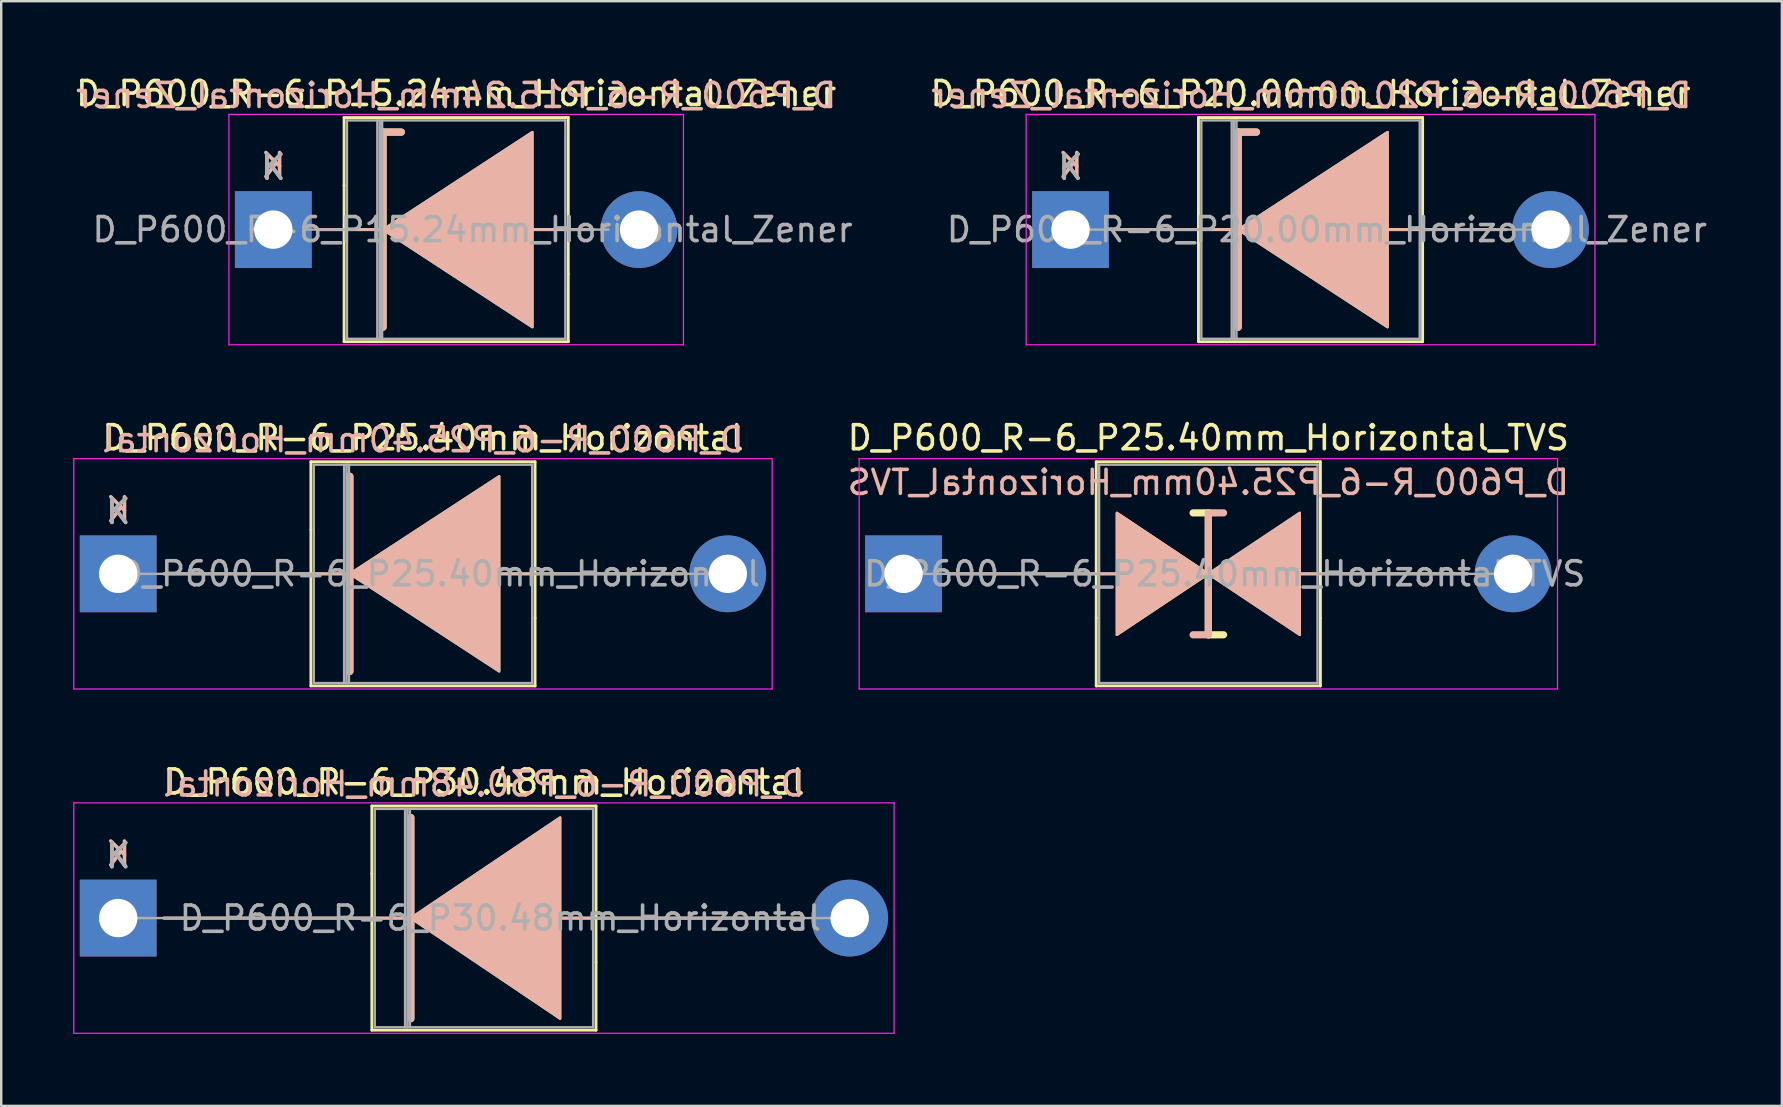
<source format=kicad_pcb>
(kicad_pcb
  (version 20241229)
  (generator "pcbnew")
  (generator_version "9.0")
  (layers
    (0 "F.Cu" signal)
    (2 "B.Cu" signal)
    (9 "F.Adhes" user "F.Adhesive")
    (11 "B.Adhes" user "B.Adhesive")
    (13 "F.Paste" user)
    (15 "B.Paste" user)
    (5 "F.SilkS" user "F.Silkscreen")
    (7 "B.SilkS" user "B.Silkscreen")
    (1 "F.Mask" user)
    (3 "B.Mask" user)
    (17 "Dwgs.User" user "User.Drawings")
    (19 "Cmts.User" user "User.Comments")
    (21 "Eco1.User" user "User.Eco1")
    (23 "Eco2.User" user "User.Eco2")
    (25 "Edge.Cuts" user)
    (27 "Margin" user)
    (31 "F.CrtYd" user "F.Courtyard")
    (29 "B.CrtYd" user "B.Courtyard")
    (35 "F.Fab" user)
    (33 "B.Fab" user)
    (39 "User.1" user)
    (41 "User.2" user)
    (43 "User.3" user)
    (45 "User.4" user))
  (footprint "D_P600_R-6_P25.40mm_Horizontal_TVS"
    (layer "F.Cu")
    (at 34.599 20.861)
    (property "Reference" "D_P600_R-6_P25.40mm_Horizontal_TVS" (at 12.7 -5.67 0) (layer "F.SilkS") (effects (font (size 1 1) (thickness 0.15))))
    (fp_line (start 1.905 0) (end 8.89 0) (stroke (width 0.12) (type solid)) (layer "F.SilkS"))
    (fp_line (start 8.03 -4.67) (end 17.37 -4.67) (stroke (width 0.12) (type solid)) (layer "F.SilkS"))
    (fp_line (start 8.03 1.84) (end 8.03 -4.67) (stroke (width 0.12) (type solid)) (layer "F.SilkS"))
    (fp_line (start 8.03 1.84) (end 8.03 4.67) (stroke (width 0.12) (type solid)) (layer "F.SilkS"))
    (fp_line (start 8.03 4.67) (end 17.37 4.67) (stroke (width 0.12) (type solid)) (layer "F.SilkS"))
    (fp_line (start 12.7 -2.54) (end 12.065 -2.54) (stroke (width 0.3) (type solid)) (layer "F.SilkS"))
    (fp_line (start 12.7 2.54) (end 12.7 -2.54) (stroke (width 0.3) (type solid)) (layer "F.SilkS"))
    (fp_line (start 13.335 2.54) (end 12.7 2.54) (stroke (width 0.3) (type solid)) (layer "F.SilkS"))
    (fp_line (start 17.37 -4.67) (end 17.37 1.84) (stroke (width 0.12) (type solid)) (layer "F.SilkS"))
    (fp_line (start 17.37 4.67) (end 17.37 1.84) (stroke (width 0.12) (type solid)) (layer "F.SilkS"))
    (fp_line (start 23.495 0) (end 16.51 0) (stroke (width 0.12) (type solid)) (layer "F.SilkS"))
    (fp_poly (pts (xy 12.7 0) (xy 8.89 2.54) (xy 8.89 -2.54)) (stroke (width 0.1) (type solid)) (fill yes) (layer "F.SilkS"))
    (fp_poly (pts (xy 12.7 0) (xy 16.51 -2.54) (xy 16.51 2.54)) (stroke (width 0.1) (type solid)) (fill yes) (layer "F.SilkS"))
    (fp_line (start 1.905 0) (end 8.89 0) (stroke (width 0.12) (type solid)) (layer "B.SilkS"))
    (fp_line (start 12.7 -2.54) (end 12.7 2.54) (stroke (width 0.3) (type solid)) (layer "B.SilkS"))
    (fp_line (start 12.7 2.54) (end 12.065 2.54) (stroke (width 0.3) (type solid)) (layer "B.SilkS"))
    (fp_line (start 13.335 -2.54) (end 12.7 -2.54) (stroke (width 0.3) (type solid)) (layer "B.SilkS"))
    (fp_line (start 23.495 0) (end 16.51 0) (stroke (width 0.12) (type solid)) (layer "B.SilkS"))
    (fp_poly (pts (xy 12.7 0) (xy 8.89 -2.54) (xy 8.89 2.54)) (stroke (width 0.1) (type solid)) (fill yes) (layer "B.SilkS"))
    (fp_poly (pts (xy 12.7 0) (xy 16.51 2.54) (xy 16.51 -2.54)) (stroke (width 0.1) (type solid)) (fill yes) (layer "B.SilkS"))
    (fp_line (start -1.85 -4.8) (end -1.85 4.8) (stroke (width 0.05) (type solid)) (layer "F.CrtYd"))
    (fp_line (start -1.85 4.8) (end 27.25 4.8) (stroke (width 0.05) (type solid)) (layer "F.CrtYd"))
    (fp_line (start 27.25 -4.8) (end -1.85 -4.8) (stroke (width 0.05) (type solid)) (layer "F.CrtYd"))
    (fp_line (start 27.25 4.8) (end 27.25 -4.8) (stroke (width 0.05) (type solid)) (layer "F.CrtYd"))
    (fp_line (start 0 0) (end 8.15 0) (stroke (width 0.1) (type solid)) (layer "F.Fab"))
    (fp_line (start 8.15 -4.55) (end 8.15 4.55) (stroke (width 0.1) (type solid)) (layer "F.Fab"))
    (fp_line (start 8.15 4.55) (end 17.25 4.55) (stroke (width 0.1) (type solid)) (layer "F.Fab"))
    (fp_line (start 17.25 -4.55) (end 8.15 -4.55) (stroke (width 0.1) (type solid)) (layer "F.Fab"))
    (fp_line (start 17.25 4.55) (end 17.25 -4.55) (stroke (width 0.1) (type solid)) (layer "F.Fab"))
    (fp_line (start 25.4 0) (end 17.25 0) (stroke (width 0.1) (type solid)) (layer "F.Fab"))
    (fp_text user "${REFERENCE}" (at 12.7 -3.81 0) (layer "B.SilkS") (effects (font (size 1 1) (thickness 0.15)) (justify mirror)))
    (fp_text user "${REFERENCE}" (at 13.383 0 0) (layer "F.Fab") (effects (font (size 1 1) (thickness 0.15))))
    (pad "1" thru_hole rect (at 0 0) (size 3.2 3.2) (drill 1.6) (layers "*.Cu" "*.Mask"))
    (pad "2" thru_hole oval (at 25.4 0) (size 3.2 3.2) (drill 1.6) (layers "*.Cu" "*.Mask")))
  (footprint "D_P600_R-6_P25.40mm_Horizontal"
    (layer "F.Cu")
    (at 1.875 20.861)
    (property "Reference" "D_P600_R-6_P25.40mm_Horizontal" (at 12.7 -5.67 0) (layer "F.SilkS") (effects (font (size 1 1) (thickness 0.15))))
    (fp_line (start 8.03 -4.67) (end 17.37 -4.67) (stroke (width 0.12) (type solid)) (layer "F.SilkS"))
    (fp_line (start 8.03 -1.84) (end 8.03 -4.67) (stroke (width 0.12) (type solid)) (layer "F.SilkS"))
    (fp_line (start 8.03 -1.84) (end 8.03 4.67) (stroke (width 0.12) (type solid)) (layer "F.SilkS"))
    (fp_line (start 8.03 4.67) (end 17.37 4.67) (stroke (width 0.12) (type solid)) (layer "F.SilkS"))
    (fp_line (start 9.525 0) (end 1.905 0) (stroke (width 0.12) (type solid)) (layer "F.SilkS"))
    (fp_line (start 9.652 -4.064) (end 9.652 4.064) (stroke (width 0.3) (type solid)) (layer "F.SilkS"))
    (fp_line (start 15.748 0) (end 23.495 0) (stroke (width 0.12) (type solid)) (layer "F.SilkS"))
    (fp_line (start 17.37 -4.67) (end 17.37 1.84) (stroke (width 0.12) (type solid)) (layer "F.SilkS"))
    (fp_line (start 17.37 4.67) (end 17.37 1.84) (stroke (width 0.12) (type solid)) (layer "F.SilkS"))
    (fp_poly (pts (xy 15.875 4.064) (xy 9.652 0) (xy 15.875 -4.064)) (stroke (width 0.1) (type solid)) (fill yes) (layer "F.SilkS"))
    (fp_line (start 9.525 0) (end 1.905 0) (stroke (width 0.12) (type solid)) (layer "B.SilkS"))
    (fp_line (start 9.652 4.064) (end 9.652 -4.064) (stroke (width 0.3) (type solid)) (layer "B.SilkS"))
    (fp_line (start 15.748 0) (end 23.495 0) (stroke (width 0.12) (type solid)) (layer "B.SilkS"))
    (fp_poly (pts (xy 15.875 -4.064) (xy 9.652 0) (xy 15.875 4.064)) (stroke (width 0.1) (type solid)) (fill yes) (layer "B.SilkS"))
    (fp_line (start -1.85 -4.8) (end -1.85 4.8) (stroke (width 0.05) (type solid)) (layer "F.CrtYd"))
    (fp_line (start -1.85 4.8) (end 27.25 4.8) (stroke (width 0.05) (type solid)) (layer "F.CrtYd"))
    (fp_line (start 27.25 -4.8) (end -1.85 -4.8) (stroke (width 0.05) (type solid)) (layer "F.CrtYd"))
    (fp_line (start 27.25 4.8) (end 27.25 -4.8) (stroke (width 0.05) (type solid)) (layer "F.CrtYd"))
    (fp_line (start 0 0) (end 8.15 0) (stroke (width 0.1) (type solid)) (layer "F.Fab"))
    (fp_line (start 8.15 -4.55) (end 8.15 4.55) (stroke (width 0.1) (type solid)) (layer "F.Fab"))
    (fp_line (start 8.15 4.55) (end 17.25 4.55) (stroke (width 0.1) (type solid)) (layer "F.Fab"))
    (fp_line (start 9.415 -4.55) (end 9.415 4.55) (stroke (width 0.1) (type solid)) (layer "F.Fab"))
    (fp_line (start 9.515 -4.55) (end 9.515 4.55) (stroke (width 0.1) (type solid)) (layer "F.Fab"))
    (fp_line (start 9.615 -4.55) (end 9.615 4.55) (stroke (width 0.1) (type solid)) (layer "F.Fab"))
    (fp_line (start 17.25 -4.55) (end 8.15 -4.55) (stroke (width 0.1) (type solid)) (layer "F.Fab"))
    (fp_line (start 17.25 4.55) (end 17.25 -4.55) (stroke (width 0.1) (type solid)) (layer "F.Fab"))
    (fp_line (start 25.4 0) (end 17.25 0) (stroke (width 0.1) (type solid)) (layer "F.Fab"))
    (fp_text user "K" (at 0 -2.6 0) (layer "F.SilkS") (effects (font (size 1 1) (thickness 0.15))))
    (fp_text user "K" (at 0 -2.667 0) (layer "B.SilkS") (effects (font (size 1 1) (thickness 0.15)) (justify mirror)))
    (fp_text user "${REFERENCE}" (at 12.7 -5.588 0) (layer "B.SilkS") (effects (font (size 1 1) (thickness 0.15)) (justify mirror)))
    (fp_text user "${REFERENCE}" (at 13.383 0 0) (layer "F.Fab") (effects (font (size 1 1) (thickness 0.15))))
    (fp_text user "K" (at 0 -2.6 0) (layer "F.Fab") (effects (font (size 1 1) (thickness 0.15))))
    (pad "1" thru_hole rect (at 0 0) (size 3.2 3.2) (drill 1.6) (layers "*.Cu" "*.Mask"))
    (pad "2" thru_hole oval (at 25.4 0) (size 3.2 3.2) (drill 1.6) (layers "*.Cu" "*.Mask")))
  (footprint "D_P600_R-6_P15.24mm_Horizontal_Zener"
    (layer "F.Cu")
    (at 8.338 6.518)
    (property "Reference" "D_P600_R-6_P15.24mm_Horizontal_Zener" (at 7.62 -5.67 0) (layer "F.SilkS") (effects (font (size 1 1) (thickness 0.15))))
    (fp_line (start 2.95 -4.67) (end 12.29 -4.67) (stroke (width 0.12) (type solid)) (layer "F.SilkS"))
    (fp_line (start 2.95 -1.84) (end 2.95 -4.67) (stroke (width 0.12) (type solid)) (layer "F.SilkS"))
    (fp_line (start 2.95 -1.84) (end 2.95 4.67) (stroke (width 0.12) (type solid)) (layer "F.SilkS"))
    (fp_line (start 2.95 4.67) (end 12.29 4.67) (stroke (width 0.12) (type solid)) (layer "F.SilkS"))
    (fp_line (start 4.445 0) (end 1.905 0) (stroke (width 0.12) (type solid)) (layer "F.SilkS"))
    (fp_line (start 4.572 -4.064) (end 4.572 4.064) (stroke (width 0.3) (type solid)) (layer "F.SilkS"))
    (fp_line (start 4.572 -4.064) (end 5.334 -4.064) (stroke (width 0.3) (type solid)) (layer "F.SilkS"))
    (fp_line (start 10.668 0) (end 13.335 0) (stroke (width 0.12) (type solid)) (layer "F.SilkS"))
    (fp_line (start 12.29 -4.67) (end 12.29 1.84) (stroke (width 0.12) (type solid)) (layer "F.SilkS"))
    (fp_line (start 12.29 4.67) (end 12.29 1.84) (stroke (width 0.12) (type solid)) (layer "F.SilkS"))
    (fp_poly (pts (xy 10.795 4.064) (xy 4.572 0) (xy 10.795 -4.064)) (stroke (width 0.1) (type solid)) (fill yes) (layer "F.SilkS"))
    (fp_line (start 4.445 0) (end 1.905 0) (stroke (width 0.12) (type solid)) (layer "B.SilkS"))
    (fp_line (start 4.572 -4.064) (end 5.334 -4.064) (stroke (width 0.3) (type solid)) (layer "B.SilkS"))
    (fp_line (start 4.572 4.064) (end 4.572 -4.064) (stroke (width 0.3) (type solid)) (layer "B.SilkS"))
    (fp_line (start 10.668 0) (end 13.335 0) (stroke (width 0.12) (type solid)) (layer "B.SilkS"))
    (fp_poly (pts (xy 10.795 -4.064) (xy 4.572 0) (xy 10.795 4.064)) (stroke (width 0.1) (type solid)) (fill yes) (layer "B.SilkS"))
    (fp_line (start -1.85 -4.8) (end -1.85 4.8) (stroke (width 0.05) (type solid)) (layer "F.CrtYd"))
    (fp_line (start -1.85 4.8) (end 17.09 4.8) (stroke (width 0.05) (type solid)) (layer "F.CrtYd"))
    (fp_line (start 17.09 -4.8) (end -1.85 -4.8) (stroke (width 0.05) (type solid)) (layer "F.CrtYd"))
    (fp_line (start 17.09 4.8) (end 17.09 -4.8) (stroke (width 0.05) (type solid)) (layer "F.CrtYd"))
    (fp_line (start 1.27 0) (end 3.07 0) (stroke (width 0.1) (type solid)) (layer "F.Fab"))
    (fp_line (start 3.07 -4.55) (end 3.07 4.55) (stroke (width 0.1) (type solid)) (layer "F.Fab"))
    (fp_line (start 3.07 4.55) (end 12.17 4.55) (stroke (width 0.1) (type solid)) (layer "F.Fab"))
    (fp_line (start 4.335 -4.55) (end 4.335 4.55) (stroke (width 0.1) (type solid)) (layer "F.Fab"))
    (fp_line (start 4.435 -4.55) (end 4.435 4.55) (stroke (width 0.1) (type solid)) (layer "F.Fab"))
    (fp_line (start 4.535 -4.55) (end 4.535 4.55) (stroke (width 0.1) (type solid)) (layer "F.Fab"))
    (fp_line (start 12.17 -4.55) (end 3.07 -4.55) (stroke (width 0.1) (type solid)) (layer "F.Fab"))
    (fp_line (start 12.17 4.55) (end 12.17 -4.55) (stroke (width 0.1) (type solid)) (layer "F.Fab"))
    (fp_line (start 13.97 0) (end 12.17 0) (stroke (width 0.1) (type solid)) (layer "F.Fab"))
    (fp_text user "K" (at 0 -2.6 0) (layer "F.SilkS") (effects (font (size 1 1) (thickness 0.15))))
    (fp_text user "K" (at 0 -2.667 0) (layer "B.SilkS") (effects (font (size 1 1) (thickness 0.15)) (justify mirror)))
    (fp_text user "${REFERENCE}" (at 7.62 -5.588 0) (layer "B.SilkS") (effects (font (size 1 1) (thickness 0.15)) (justify mirror)))
    (fp_text user "K" (at 0 -2.6 0) (layer "F.Fab") (effects (font (size 1 1) (thickness 0.15))))
    (fp_text user "${REFERENCE}" (at 8.303 0 0) (layer "F.Fab") (effects (font (size 1 1) (thickness 0.15))))
    (pad "1" thru_hole rect (at 0 0) (size 3.2 3.2) (drill 1.6) (layers "*.Cu" "*.Mask"))
    (pad "2" thru_hole oval (at 15.24 0) (size 3.2 3.2) (drill 1.6) (layers "*.Cu" "*.Mask")))
  (footprint "D_P600_R-6_P20.00mm_Horizontal_Zener"
    (layer "F.Cu")
    (at 41.558 6.518)
    (property "Reference" "D_P600_R-6_P20.00mm_Horizontal_Zener" (at 10 -5.67 0) (layer "F.SilkS") (effects (font (size 1 1) (thickness 0.15))))
    (fp_line (start 1.84 0) (end 5.33 0) (stroke (width 0.12) (type solid)) (layer "F.SilkS"))
    (fp_line (start 5.33 -4.67) (end 5.33 4.67) (stroke (width 0.12) (type solid)) (layer "F.SilkS"))
    (fp_line (start 5.33 4.67) (end 14.67 4.67) (stroke (width 0.12) (type solid)) (layer "F.SilkS"))
    (fp_line (start 6.858 0) (end 5.33 0) (stroke (width 0.12) (type solid)) (layer "F.SilkS"))
    (fp_line (start 6.985 -4.064) (end 6.985 4.064) (stroke (width 0.3) (type solid)) (layer "F.SilkS"))
    (fp_line (start 6.985 -4.064) (end 7.747 -4.064) (stroke (width 0.3) (type solid)) (layer "F.SilkS"))
    (fp_line (start 13.081 0) (end 14.67 0) (stroke (width 0.12) (type solid)) (layer "F.SilkS"))
    (fp_line (start 14.67 -4.67) (end 5.33 -4.67) (stroke (width 0.12) (type solid)) (layer "F.SilkS"))
    (fp_line (start 14.67 4.67) (end 14.67 -4.67) (stroke (width 0.12) (type solid)) (layer "F.SilkS"))
    (fp_line (start 18.16 0) (end 14.67 0) (stroke (width 0.12) (type solid)) (layer "F.SilkS"))
    (fp_poly (pts (xy 13.208 4.064) (xy 6.985 0) (xy 13.208 -4.064)) (stroke (width 0.1) (type solid)) (fill yes) (layer "F.SilkS"))
    (fp_line (start 1.841 0) (end 5.331 0) (stroke (width 0.12) (type solid)) (layer "B.SilkS"))
    (fp_line (start 6.859 0) (end 5.331 0) (stroke (width 0.12) (type solid)) (layer "B.SilkS"))
    (fp_line (start 6.985 -4.064) (end 7.747 -4.064) (stroke (width 0.3) (type solid)) (layer "B.SilkS"))
    (fp_line (start 6.986 4.064) (end 6.986 -4.064) (stroke (width 0.3) (type solid)) (layer "B.SilkS"))
    (fp_line (start 13.082 0) (end 14.671 0) (stroke (width 0.12) (type solid)) (layer "B.SilkS"))
    (fp_line (start 18.161 0) (end 14.671 0) (stroke (width 0.12) (type solid)) (layer "B.SilkS"))
    (fp_poly (pts (xy 13.209 -4.064) (xy 6.986 0) (xy 13.209 4.064)) (stroke (width 0.1) (type solid)) (fill yes) (layer "B.SilkS"))
    (fp_line (start -1.85 -4.8) (end -1.85 4.8) (stroke (width 0.05) (type solid)) (layer "F.CrtYd"))
    (fp_line (start -1.85 4.8) (end 21.85 4.8) (stroke (width 0.05) (type solid)) (layer "F.CrtYd"))
    (fp_line (start 21.85 -4.8) (end -1.85 -4.8) (stroke (width 0.05) (type solid)) (layer "F.CrtYd"))
    (fp_line (start 21.85 4.8) (end 21.85 -4.8) (stroke (width 0.05) (type solid)) (layer "F.CrtYd"))
    (fp_line (start 0 0) (end 5.45 0) (stroke (width 0.1) (type solid)) (layer "F.Fab"))
    (fp_line (start 5.45 -4.55) (end 5.45 4.55) (stroke (width 0.1) (type solid)) (layer "F.Fab"))
    (fp_line (start 5.45 4.55) (end 14.55 4.55) (stroke (width 0.1) (type solid)) (layer "F.Fab"))
    (fp_line (start 6.715 -4.55) (end 6.715 4.55) (stroke (width 0.1) (type solid)) (layer "F.Fab"))
    (fp_line (start 6.815 -4.55) (end 6.815 4.55) (stroke (width 0.1) (type solid)) (layer "F.Fab"))
    (fp_line (start 6.915 -4.55) (end 6.915 4.55) (stroke (width 0.1) (type solid)) (layer "F.Fab"))
    (fp_line (start 14.55 -4.55) (end 5.45 -4.55) (stroke (width 0.1) (type solid)) (layer "F.Fab"))
    (fp_line (start 14.55 4.55) (end 14.55 -4.55) (stroke (width 0.1) (type solid)) (layer "F.Fab"))
    (fp_line (start 20 0) (end 14.55 0) (stroke (width 0.1) (type solid)) (layer "F.Fab"))
    (fp_text user "K" (at 0 -2.6 0) (layer "F.SilkS") (effects (font (size 1 1) (thickness 0.15))))
    (fp_text user "${REFERENCE}" (at 10.033 -5.588 0) (layer "B.SilkS") (effects (font (size 1 1) (thickness 0.15)) (justify mirror)))
    (fp_text user "K" (at 0 -2.667 0) (layer "B.SilkS") (effects (font (size 1 1) (thickness 0.15)) (justify mirror)))
    (fp_text user "${REFERENCE}" (at 10.682 0 0) (layer "F.Fab") (effects (font (size 1 1) (thickness 0.15))))
    (fp_text user "K" (at 0 -2.6 0) (layer "F.Fab") (effects (font (size 1 1) (thickness 0.15))))
    (pad "1" thru_hole rect (at 0 0) (size 3.2 3.2) (drill 1.6) (layers "*.Cu" "*.Mask"))
    (pad "2" thru_hole oval (at 20 0) (size 3.2 3.2) (drill 1.6) (layers "*.Cu" "*.Mask")))
  (footprint "D_P600_R-6_P30.48mm_Horizontal"
    (layer "F.Cu")
    (at 1.875 35.205)
    (property "Reference" "D_P600_R-6_P30.48mm_Horizontal" (at 15.24 -5.67 0) (layer "F.SilkS") (effects (font (size 1 1) (thickness 0.15))))
    (fp_line (start 10.57 -4.67) (end 19.91 -4.67) (stroke (width 0.12) (type solid)) (layer "F.SilkS"))
    (fp_line (start 10.57 -1.84) (end 10.57 -4.67) (stroke (width 0.12) (type solid)) (layer "F.SilkS"))
    (fp_line (start 10.57 -1.84) (end 10.57 4.67) (stroke (width 0.12) (type solid)) (layer "F.SilkS"))
    (fp_line (start 10.57 4.67) (end 19.91 4.67) (stroke (width 0.12) (type solid)) (layer "F.SilkS"))
    (fp_line (start 12.065 0) (end 1.905 0) (stroke (width 0.12) (type solid)) (layer "F.SilkS"))
    (fp_line (start 12.192 -4.191) (end 12.192 4.191) (stroke (width 0.3) (type solid)) (layer "F.SilkS"))
    (fp_line (start 18.288 0) (end 28.575 0) (stroke (width 0.12) (type solid)) (layer "F.SilkS"))
    (fp_line (start 19.91 -4.67) (end 19.91 1.84) (stroke (width 0.12) (type solid)) (layer "F.SilkS"))
    (fp_line (start 19.91 4.67) (end 19.91 1.84) (stroke (width 0.12) (type solid)) (layer "F.SilkS"))
    (fp_poly (pts (xy 18.415 4.191) (xy 12.192 0) (xy 18.415 -4.191)) (stroke (width 0.1) (type solid)) (fill yes) (layer "F.SilkS"))
    (fp_line (start 12.065 0) (end 1.905 0) (stroke (width 0.12) (type solid)) (layer "B.SilkS"))
    (fp_line (start 12.192 4.191) (end 12.192 -4.191) (stroke (width 0.3) (type solid)) (layer "B.SilkS"))
    (fp_line (start 18.288 0) (end 28.575 0) (stroke (width 0.12) (type solid)) (layer "B.SilkS"))
    (fp_poly (pts (xy 18.415 -4.191) (xy 12.192 0) (xy 18.415 4.191)) (stroke (width 0.1) (type solid)) (fill yes) (layer "B.SilkS"))
    (fp_line (start -1.85 -4.8) (end -1.85 4.8) (stroke (width 0.05) (type solid)) (layer "F.CrtYd"))
    (fp_line (start -1.85 4.8) (end 32.33 4.8) (stroke (width 0.05) (type solid)) (layer "F.CrtYd"))
    (fp_line (start 32.33 -4.8) (end -1.85 -4.8) (stroke (width 0.05) (type solid)) (layer "F.CrtYd"))
    (fp_line (start 32.33 4.8) (end 32.33 -4.8) (stroke (width 0.05) (type solid)) (layer "F.CrtYd"))
    (fp_line (start 0 0) (end 10.69 0) (stroke (width 0.1) (type solid)) (layer "F.Fab"))
    (fp_line (start 10.69 -4.55) (end 10.69 4.55) (stroke (width 0.1) (type solid)) (layer "F.Fab"))
    (fp_line (start 10.69 4.55) (end 19.79 4.55) (stroke (width 0.1) (type solid)) (layer "F.Fab"))
    (fp_line (start 11.955 -4.55) (end 11.955 4.55) (stroke (width 0.1) (type solid)) (layer "F.Fab"))
    (fp_line (start 12.055 -4.55) (end 12.055 4.55) (stroke (width 0.1) (type solid)) (layer "F.Fab"))
    (fp_line (start 12.155 -4.55) (end 12.155 4.55) (stroke (width 0.1) (type solid)) (layer "F.Fab"))
    (fp_line (start 19.79 -4.55) (end 10.69 -4.55) (stroke (width 0.1) (type solid)) (layer "F.Fab"))
    (fp_line (start 19.79 4.55) (end 19.79 -4.55) (stroke (width 0.1) (type solid)) (layer "F.Fab"))
    (fp_line (start 30.48 0) (end 19.79 0) (stroke (width 0.1) (type solid)) (layer "F.Fab"))
    (fp_text user "K" (at 0 -2.6 0) (layer "F.SilkS") (effects (font (size 1 1) (thickness 0.15))))
    (fp_text user "K" (at 0 -2.667 0) (layer "B.SilkS") (effects (font (size 1 1) (thickness 0.15)) (justify mirror)))
    (fp_text user "${REFERENCE}" (at 15.24 -5.588 0) (layer "B.SilkS") (effects (font (size 1 1) (thickness 0.15)) (justify mirror)))
    (fp_text user "${REFERENCE}" (at 15.922 0 0) (layer "F.Fab") (effects (font (size 1 1) (thickness 0.15))))
    (fp_text user "K" (at 0 -2.6 0) (layer "F.Fab") (effects (font (size 1 1) (thickness 0.15))))
    (pad "1" thru_hole rect (at 0 0) (size 3.2 3.2) (drill 1.6) (layers "*.Cu" "*.Mask"))
    (pad "2" thru_hole oval (at 30.48 0) (size 3.2 3.2) (drill 1.6) (layers "*.Cu" "*.Mask")))
  (gr_rect
    (start -3 -3)
    (end 71.198 43.03)
    (stroke (width 0.1) (type default))
    (fill no)
    (layer "Edge.Cuts")))
</source>
